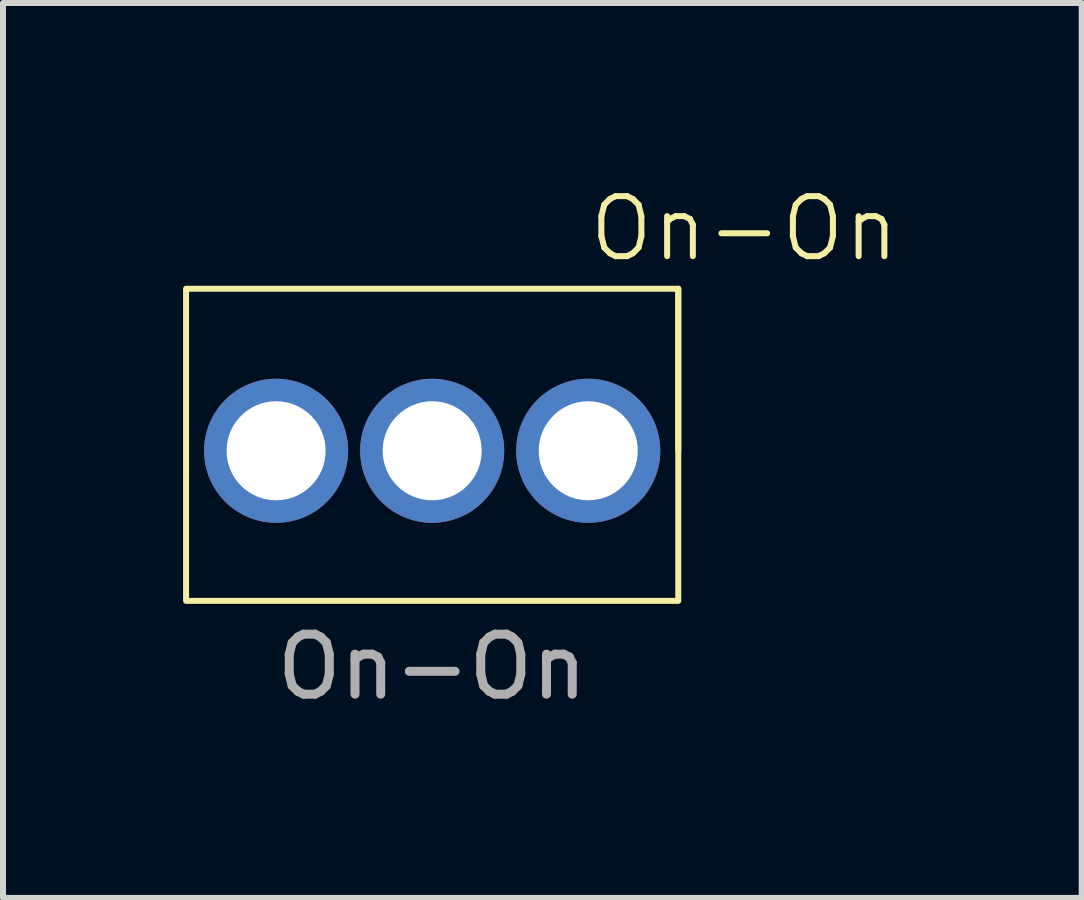
<source format=kicad_pcb>
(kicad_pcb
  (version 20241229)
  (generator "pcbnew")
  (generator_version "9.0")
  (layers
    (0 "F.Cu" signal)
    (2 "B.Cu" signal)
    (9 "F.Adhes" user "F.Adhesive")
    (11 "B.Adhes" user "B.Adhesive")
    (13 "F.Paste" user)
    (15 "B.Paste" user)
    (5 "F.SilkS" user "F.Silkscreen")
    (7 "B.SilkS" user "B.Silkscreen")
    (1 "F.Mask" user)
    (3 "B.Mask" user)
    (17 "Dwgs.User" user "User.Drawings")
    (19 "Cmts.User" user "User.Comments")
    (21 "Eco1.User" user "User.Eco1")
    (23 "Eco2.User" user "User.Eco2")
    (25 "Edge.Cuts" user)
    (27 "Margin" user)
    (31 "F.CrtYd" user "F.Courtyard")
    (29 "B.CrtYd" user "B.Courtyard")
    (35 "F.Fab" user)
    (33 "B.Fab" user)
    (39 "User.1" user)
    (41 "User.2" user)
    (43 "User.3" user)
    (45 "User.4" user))
  (footprint "On-On"
    (layer "F.Cu")
    (at 4.15 4.46)
    (property "Reference" "On-On" (at 5.2 -3.7 0) (unlocked yes) (layer "F.SilkS") (effects (font (size 1 1) (thickness 0.1))))
    (attr smd)
    (fp_line (start 4.1 0) (end 4.1 -2.7) (stroke (width 0.1) (type default)) (layer "F.SilkS"))
    (fp_rect (start -4.1 -2.7) (end 4.1 2.5) (stroke (width 0.1) (type default)) (fill no) (layer "F.SilkS"))
    (fp_text user "${REFERENCE}" (at 0 3.6 0) (unlocked yes) (layer "F.Fab") (effects (font (size 1 1) (thickness 0.15))))
    (pad "1" thru_hole circle (at -2.6 0) (size 2.4 2.4) (drill 1.65) (layers "*.Cu" "*.Mask"))
    (pad "2" thru_hole circle (at 0 0) (size 2.4 2.4) (drill 1.65) (layers "*.Cu" "*.Mask"))
    (pad "3" thru_hole circle (at 2.6 0) (size 2.4 2.4) (drill 1.65) (layers "*.Cu" "*.Mask")))
  (gr_rect
    (start -3 -3)
    (end 14.971 11.909)
    (stroke (width 0.1) (type default))
    (fill no)
    (layer "Edge.Cuts")))
</source>
